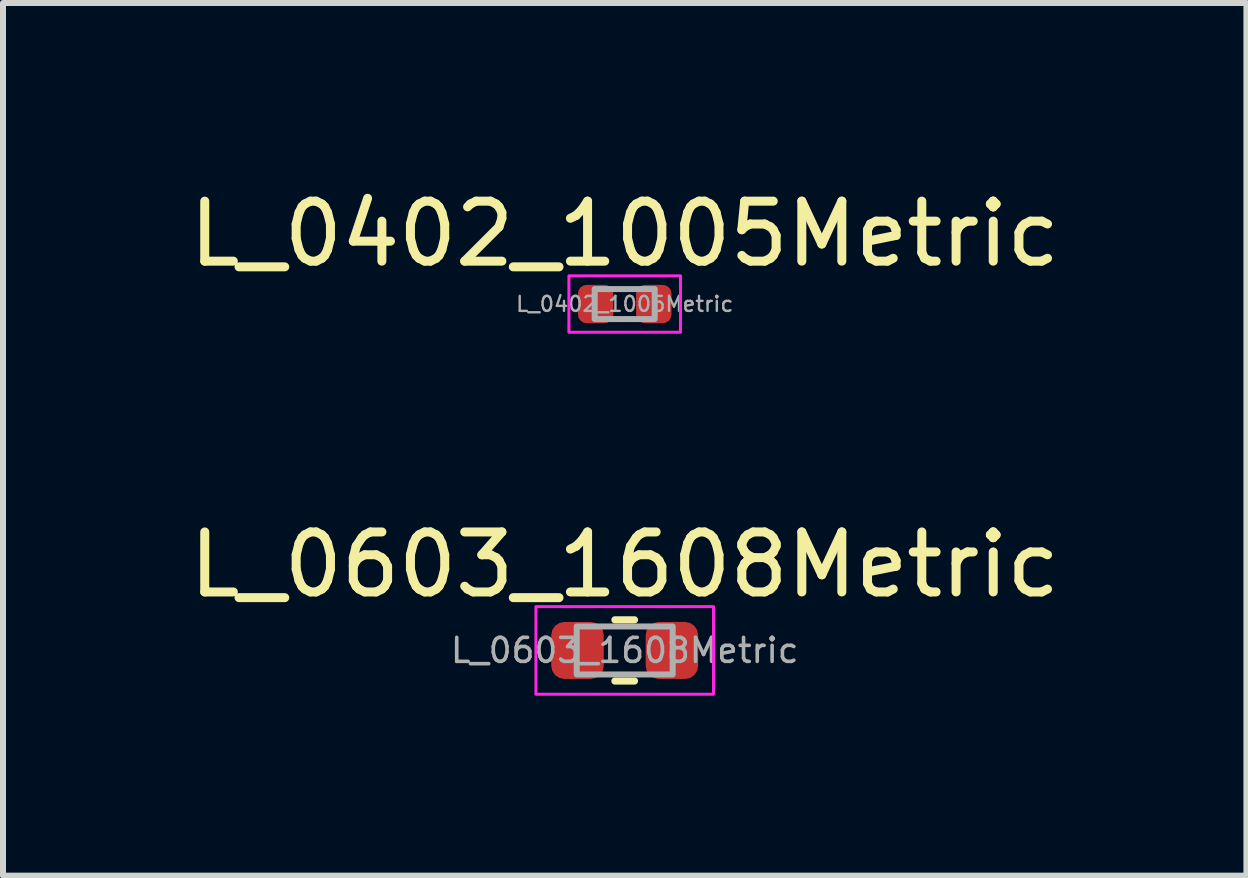
<source format=kicad_pcb>
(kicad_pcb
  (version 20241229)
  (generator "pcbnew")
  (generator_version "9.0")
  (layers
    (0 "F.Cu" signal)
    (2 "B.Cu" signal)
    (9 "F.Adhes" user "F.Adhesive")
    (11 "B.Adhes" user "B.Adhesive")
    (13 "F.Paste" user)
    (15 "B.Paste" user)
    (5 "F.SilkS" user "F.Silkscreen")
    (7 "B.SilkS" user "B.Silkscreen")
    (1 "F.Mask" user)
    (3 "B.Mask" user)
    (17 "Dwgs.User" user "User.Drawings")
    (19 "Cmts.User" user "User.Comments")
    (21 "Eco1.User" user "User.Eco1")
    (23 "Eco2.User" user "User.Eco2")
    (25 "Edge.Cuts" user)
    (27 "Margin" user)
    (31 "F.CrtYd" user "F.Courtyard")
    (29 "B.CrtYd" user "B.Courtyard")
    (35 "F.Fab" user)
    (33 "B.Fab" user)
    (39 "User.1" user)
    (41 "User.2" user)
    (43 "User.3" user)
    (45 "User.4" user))
  (footprint "L_0402_1005Metric"
    (layer "F.Cu")
    (at 7.363 2.018)
    (property "Reference" "L_0402_1005Metric" (at 0 -1.17 0) (layer "F.SilkS") (effects (font (size 1 1) (thickness 0.15))))
    (attr smd)
    (fp_rect (start -0.93 -0.47) (end 0.93 0.47) (stroke (width 0.05) (type solid)) (fill no) (layer "F.CrtYd"))
    (fp_rect (start -0.5 -0.25) (end 0.5 0.25) (stroke (width 0.1) (type solid)) (fill no) (layer "F.Fab"))
    (fp_text user "${REFERENCE}" (at 0 0 0) (layer "F.Fab") (effects (font (size 0.25 0.25) (thickness 0.04))))
    (pad "1" smd roundrect (at -0.485 0) (size 0.59 0.64) (layers "F.Cu" "F.Mask" "F.Paste") (roundrect_rratio 0.25))
    (pad "2" smd roundrect (at 0.485 0) (size 0.59 0.64) (layers "F.Cu" "F.Mask" "F.Paste") (roundrect_rratio 0.25)))
  (footprint "L_0603_1608Metric"
    (layer "F.Cu")
    (at 7.363 7.792)
    (property "Reference" "L_0603_1608Metric" (at 0 -1.43 0) (layer "F.SilkS") (effects (font (size 1 1) (thickness 0.15))))
    (attr smd)
    (fp_line (start -0.163 -0.51) (end 0.163 -0.51) (stroke (width 0.12) (type solid)) (layer "F.SilkS"))
    (fp_line (start -0.163 0.51) (end 0.163 0.51) (stroke (width 0.12) (type solid)) (layer "F.SilkS"))
    (fp_rect (start -1.48 -0.73) (end 1.48 0.73) (stroke (width 0.05) (type solid)) (fill no) (layer "F.CrtYd"))
    (fp_rect (start -0.8 -0.4) (end 0.8 0.4) (stroke (width 0.1) (type solid)) (fill no) (layer "F.Fab"))
    (fp_text user "${REFERENCE}" (at 0 0 0) (layer "F.Fab") (effects (font (size 0.4 0.4) (thickness 0.06))))
    (pad "1" smd roundrect (at -0.787 0) (size 0.875 0.95) (layers "F.Cu" "F.Mask" "F.Paste") (roundrect_rratio 0.25))
    (pad "2" smd roundrect (at 0.787 0) (size 0.875 0.95) (layers "F.Cu" "F.Mask" "F.Paste") (roundrect_rratio 0.25)))
  (gr_rect
    (start -3 -3)
    (end 17.726 11.546)
    (stroke (width 0.1) (type default))
    (fill no)
    (layer "Edge.Cuts")))
</source>
